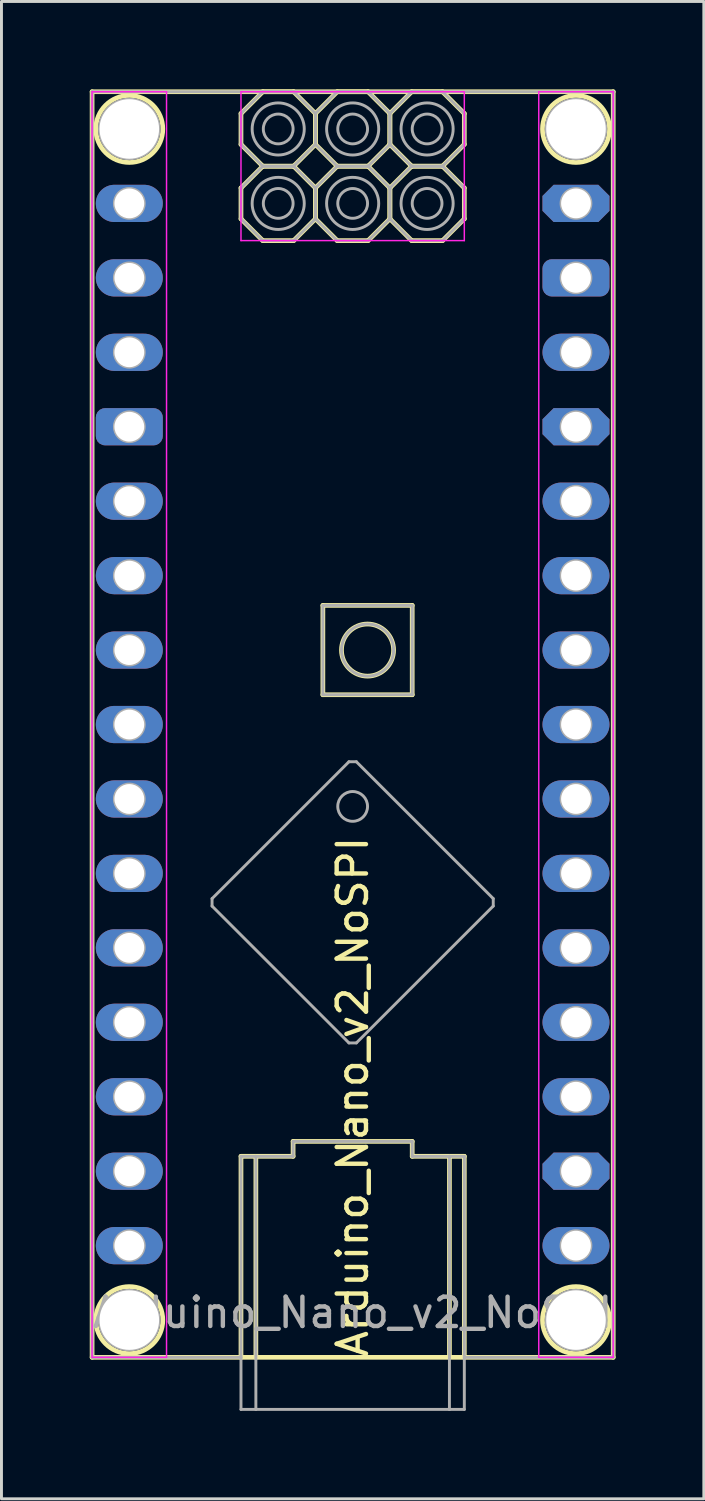
<source format=kicad_pcb>
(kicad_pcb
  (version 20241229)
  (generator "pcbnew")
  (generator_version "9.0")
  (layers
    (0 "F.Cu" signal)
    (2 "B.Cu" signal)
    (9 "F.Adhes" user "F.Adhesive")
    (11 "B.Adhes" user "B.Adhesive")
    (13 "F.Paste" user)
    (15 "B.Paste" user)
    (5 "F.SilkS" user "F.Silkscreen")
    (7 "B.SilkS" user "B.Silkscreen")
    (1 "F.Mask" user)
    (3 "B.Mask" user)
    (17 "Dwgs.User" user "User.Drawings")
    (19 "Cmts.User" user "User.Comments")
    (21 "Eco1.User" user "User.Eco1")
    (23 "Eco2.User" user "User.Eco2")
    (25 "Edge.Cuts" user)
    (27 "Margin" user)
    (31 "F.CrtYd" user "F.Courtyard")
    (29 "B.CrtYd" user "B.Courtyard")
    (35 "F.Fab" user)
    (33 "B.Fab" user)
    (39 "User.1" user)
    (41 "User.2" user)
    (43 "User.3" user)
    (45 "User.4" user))
  (footprint "Arduino_Nano_v2_NoSPI"
    (layer "F.Cu")
    (at 8.982 1.35)
    (property "Reference" "Arduino_Nano_v2_NoSPI" (at 0 33.02 270) (layer "F.SilkS") (effects (font (size 1 1) (thickness 0.15))))
    (attr through_hole)
    (fp_line (start -8.89 -1.27) (end -8.89 41.91) (stroke (width 0.16) (type solid)) (layer "F.SilkS"))
    (fp_line (start -8.89 41.91) (end -3.81 41.91) (stroke (width 0.16) (type solid)) (layer "F.SilkS"))
    (fp_line (start -3.81 -0.526) (end -3.81 0.526) (stroke (width 0.16) (type solid)) (layer "F.SilkS"))
    (fp_line (start -3.81 0.526) (end -3.066 1.27) (stroke (width 0.16) (type solid)) (layer "F.SilkS"))
    (fp_line (start -3.81 2.014) (end -3.81 3.066) (stroke (width 0.16) (type solid)) (layer "F.SilkS"))
    (fp_line (start -3.81 3.066) (end -3.066 3.81) (stroke (width 0.16) (type solid)) (layer "F.SilkS"))
    (fp_line (start -3.81 35.052) (end -3.81 41.91) (stroke (width 0.16) (type solid)) (layer "F.SilkS"))
    (fp_line (start -3.302 35.052) (end -3.81 35.052) (stroke (width 0.16) (type solid)) (layer "F.SilkS"))
    (fp_line (start -3.302 35.052) (end -3.302 41.91) (stroke (width 0.16) (type solid)) (layer "F.SilkS"))
    (fp_line (start -3.302 35.052) (end -2.032 35.052) (stroke (width 0.16) (type solid)) (layer "F.SilkS"))
    (fp_line (start -3.302 41.91) (end -3.81 41.91) (stroke (width 0.16) (type solid)) (layer "F.SilkS"))
    (fp_line (start -3.066 -1.27) (end -3.81 -0.526) (stroke (width 0.16) (type solid)) (layer "F.SilkS"))
    (fp_line (start -3.066 1.27) (end -3.81 2.014) (stroke (width 0.16) (type solid)) (layer "F.SilkS"))
    (fp_line (start -3.066 1.27) (end -2.014 1.27) (stroke (width 0.16) (type solid)) (layer "F.SilkS"))
    (fp_line (start -3.066 3.81) (end -2.014 3.81) (stroke (width 0.16) (type solid)) (layer "F.SilkS"))
    (fp_line (start -2.032 34.544) (end -2.032 35.052) (stroke (width 0.16) (type solid)) (layer "F.SilkS"))
    (fp_line (start -2.032 34.544) (end 2.032 34.544) (stroke (width 0.16) (type solid)) (layer "F.SilkS"))
    (fp_line (start -2.014 -1.27) (end -3.066 -1.27) (stroke (width 0.16) (type solid)) (layer "F.SilkS"))
    (fp_line (start -2.014 1.27) (end -3.066 1.27) (stroke (width 0.16) (type solid)) (layer "F.SilkS"))
    (fp_line (start -2.014 1.27) (end -1.27 0.526) (stroke (width 0.16) (type solid)) (layer "F.SilkS"))
    (fp_line (start -2.014 3.81) (end -1.27 3.066) (stroke (width 0.16) (type solid)) (layer "F.SilkS"))
    (fp_line (start -1.27 -0.526) (end -2.014 -1.27) (stroke (width 0.16) (type solid)) (layer "F.SilkS"))
    (fp_line (start -1.27 -0.526) (end -1.27 0.526) (stroke (width 0.16) (type solid)) (layer "F.SilkS"))
    (fp_line (start -1.27 0.526) (end -1.27 -0.526) (stroke (width 0.16) (type solid)) (layer "F.SilkS"))
    (fp_line (start -1.27 0.526) (end -0.526 1.27) (stroke (width 0.16) (type solid)) (layer "F.SilkS"))
    (fp_line (start -1.27 2.014) (end -2.014 1.27) (stroke (width 0.16) (type solid)) (layer "F.SilkS"))
    (fp_line (start -1.27 2.014) (end -1.27 3.066) (stroke (width 0.16) (type solid)) (layer "F.SilkS"))
    (fp_line (start -1.27 3.066) (end -1.27 2.014) (stroke (width 0.16) (type solid)) (layer "F.SilkS"))
    (fp_line (start -1.27 3.066) (end -0.526 3.81) (stroke (width 0.16) (type solid)) (layer "F.SilkS"))
    (fp_line (start -1.016 16.256) (end -1.016 19.304) (stroke (width 0.16) (type solid)) (layer "F.SilkS"))
    (fp_line (start -1.016 19.304) (end 2.032 19.304) (stroke (width 0.16) (type solid)) (layer "F.SilkS"))
    (fp_line (start -0.526 -1.27) (end -1.27 -0.526) (stroke (width 0.16) (type solid)) (layer "F.SilkS"))
    (fp_line (start -0.526 1.27) (end -1.27 2.014) (stroke (width 0.16) (type solid)) (layer "F.SilkS"))
    (fp_line (start -0.526 1.27) (end 0.526 1.27) (stroke (width 0.16) (type solid)) (layer "F.SilkS"))
    (fp_line (start -0.526 3.81) (end 0.526 3.81) (stroke (width 0.16) (type solid)) (layer "F.SilkS"))
    (fp_line (start 0.526 -1.27) (end -0.526 -1.27) (stroke (width 0.16) (type solid)) (layer "F.SilkS"))
    (fp_line (start 0.526 1.27) (end -0.526 1.27) (stroke (width 0.16) (type solid)) (layer "F.SilkS"))
    (fp_line (start 0.526 1.27) (end 1.27 0.526) (stroke (width 0.16) (type solid)) (layer "F.SilkS"))
    (fp_line (start 0.526 3.81) (end 1.27 3.066) (stroke (width 0.16) (type solid)) (layer "F.SilkS"))
    (fp_line (start 1.27 -0.526) (end 0.526 -1.27) (stroke (width 0.16) (type solid)) (layer "F.SilkS"))
    (fp_line (start 1.27 -0.526) (end 1.27 0.526) (stroke (width 0.16) (type solid)) (layer "F.SilkS"))
    (fp_line (start 1.27 0.526) (end 1.27 -0.526) (stroke (width 0.16) (type solid)) (layer "F.SilkS"))
    (fp_line (start 1.27 0.526) (end 2.014 1.27) (stroke (width 0.16) (type solid)) (layer "F.SilkS"))
    (fp_line (start 1.27 2.014) (end 0.526 1.27) (stroke (width 0.16) (type solid)) (layer "F.SilkS"))
    (fp_line (start 1.27 2.014) (end 1.27 3.066) (stroke (width 0.16) (type solid)) (layer "F.SilkS"))
    (fp_line (start 1.27 3.066) (end 1.27 2.014) (stroke (width 0.16) (type solid)) (layer "F.SilkS"))
    (fp_line (start 1.27 3.066) (end 2.014 3.81) (stroke (width 0.16) (type solid)) (layer "F.SilkS"))
    (fp_line (start 2.014 -1.27) (end 1.27 -0.526) (stroke (width 0.16) (type solid)) (layer "F.SilkS"))
    (fp_line (start 2.014 1.27) (end 1.27 2.014) (stroke (width 0.16) (type solid)) (layer "F.SilkS"))
    (fp_line (start 2.014 1.27) (end 3.066 1.27) (stroke (width 0.16) (type solid)) (layer "F.SilkS"))
    (fp_line (start 2.014 3.81) (end 3.066 3.81) (stroke (width 0.16) (type solid)) (layer "F.SilkS"))
    (fp_line (start 2.032 16.256) (end -1.016 16.256) (stroke (width 0.16) (type solid)) (layer "F.SilkS"))
    (fp_line (start 2.032 19.304) (end 2.032 16.256) (stroke (width 0.16) (type solid)) (layer "F.SilkS"))
    (fp_line (start 2.032 34.544) (end 2.032 35.052) (stroke (width 0.16) (type solid)) (layer "F.SilkS"))
    (fp_line (start 3.066 -1.27) (end 2.014 -1.27) (stroke (width 0.16) (type solid)) (layer "F.SilkS"))
    (fp_line (start 3.066 1.27) (end 2.014 1.27) (stroke (width 0.16) (type solid)) (layer "F.SilkS"))
    (fp_line (start 3.066 1.27) (end 3.81 0.526) (stroke (width 0.16) (type solid)) (layer "F.SilkS"))
    (fp_line (start 3.066 3.81) (end 3.81 3.066) (stroke (width 0.16) (type solid)) (layer "F.SilkS"))
    (fp_line (start 3.302 35.052) (end 2.032 35.052) (stroke (width 0.16) (type solid)) (layer "F.SilkS"))
    (fp_line (start 3.302 35.052) (end 3.302 41.91) (stroke (width 0.16) (type solid)) (layer "F.SilkS"))
    (fp_line (start 3.302 35.052) (end 3.81 35.052) (stroke (width 0.16) (type solid)) (layer "F.SilkS"))
    (fp_line (start 3.302 41.91) (end -3.302 41.91) (stroke (width 0.16) (type solid)) (layer "F.SilkS"))
    (fp_line (start 3.81 -0.526) (end 3.066 -1.27) (stroke (width 0.16) (type solid)) (layer "F.SilkS"))
    (fp_line (start 3.81 0.526) (end 3.81 -0.526) (stroke (width 0.16) (type solid)) (layer "F.SilkS"))
    (fp_line (start 3.81 2.014) (end 3.066 1.27) (stroke (width 0.16) (type solid)) (layer "F.SilkS"))
    (fp_line (start 3.81 3.066) (end 3.81 2.014) (stroke (width 0.16) (type solid)) (layer "F.SilkS"))
    (fp_line (start 3.81 35.052) (end 3.81 41.91) (stroke (width 0.16) (type solid)) (layer "F.SilkS"))
    (fp_line (start 3.81 41.91) (end 3.302 41.91) (stroke (width 0.16) (type solid)) (layer "F.SilkS"))
    (fp_line (start 3.81 41.91) (end 8.89 41.91) (stroke (width 0.16) (type solid)) (layer "F.SilkS"))
    (fp_line (start 8.89 -1.27) (end -8.89 -1.27) (stroke (width 0.16) (type solid)) (layer "F.SilkS"))
    (fp_line (start 8.89 41.91) (end 8.89 -1.27) (stroke (width 0.16) (type solid)) (layer "F.SilkS"))
    (fp_circle (center -7.62 0) (end -8.763 0) (stroke (width 0.16) (type solid)) (fill no) (layer "F.SilkS"))
    (fp_circle (center -7.62 40.64) (end -8.763 40.64) (stroke (width 0.16) (type solid)) (fill no) (layer "F.SilkS"))
    (fp_circle (center 0.508 17.78) (end -0.381 17.78) (stroke (width 0.16) (type solid)) (fill no) (layer "F.SilkS"))
    (fp_circle (center 7.62 0) (end 6.477 0) (stroke (width 0.16) (type solid)) (fill no) (layer "F.SilkS"))
    (fp_circle (center 7.62 40.64) (end 6.477 40.64) (stroke (width 0.16) (type solid)) (fill no) (layer "F.SilkS"))
    (fp_line (start -8.89 -1.27) (end -8.89 41.91) (stroke (width 0.05) (type solid)) (layer "F.CrtYd"))
    (fp_line (start -8.89 41.91) (end -6.35 41.91) (stroke (width 0.05) (type solid)) (layer "F.CrtYd"))
    (fp_line (start -6.35 -1.27) (end -8.89 -1.27) (stroke (width 0.05) (type default)) (layer "F.CrtYd"))
    (fp_line (start -6.35 -1.27) (end -6.35 41.91) (stroke (width 0.05) (type default)) (layer "F.CrtYd"))
    (fp_line (start -3.81 3.81) (end -3.81 -1.27) (stroke (width 0.05) (type default)) (layer "F.CrtYd"))
    (fp_line (start 3.81 -1.27) (end -3.81 -1.27) (stroke (width 0.05) (type solid)) (layer "F.CrtYd"))
    (fp_line (start 3.81 -1.27) (end 3.81 3.81) (stroke (width 0.05) (type default)) (layer "F.CrtYd"))
    (fp_line (start 3.81 3.81) (end -3.81 3.81) (stroke (width 0.05) (type default)) (layer "F.CrtYd"))
    (fp_line (start 6.35 -1.27) (end 8.89 -1.27) (stroke (width 0.05) (type default)) (layer "F.CrtYd"))
    (fp_line (start 6.35 41.91) (end 6.35 -1.27) (stroke (width 0.05) (type default)) (layer "F.CrtYd"))
    (fp_line (start 6.35 41.91) (end 8.89 41.91) (stroke (width 0.05) (type solid)) (layer "F.CrtYd"))
    (fp_line (start 8.89 41.91) (end 8.89 -1.27) (stroke (width 0.05) (type solid)) (layer "F.CrtYd"))
    (fp_line (start -8.89 -1.27) (end -8.89 41.91) (stroke (width 0.1) (type solid)) (layer "F.Fab"))
    (fp_line (start -8.89 41.91) (end -3.81 41.91) (stroke (width 0.1) (type solid)) (layer "F.Fab"))
    (fp_line (start -4.797 26.26) (end -0.127 21.59) (stroke (width 0.1) (type solid)) (layer "F.Fab"))
    (fp_line (start -4.797 26.514) (end -4.797 26.26) (stroke (width 0.1) (type solid)) (layer "F.Fab"))
    (fp_line (start -3.81 -0.526) (end -3.81 0.526) (stroke (width 0.1) (type solid)) (layer "F.Fab"))
    (fp_line (start -3.81 0.526) (end -3.066 1.27) (stroke (width 0.1) (type solid)) (layer "F.Fab"))
    (fp_line (start -3.81 2.014) (end -3.81 3.066) (stroke (width 0.1) (type solid)) (layer "F.Fab"))
    (fp_line (start -3.81 3.066) (end -3.066 3.81) (stroke (width 0.1) (type solid)) (layer "F.Fab"))
    (fp_line (start -3.81 35.052) (end -3.81 43.688) (stroke (width 0.1) (type solid)) (layer "F.Fab"))
    (fp_line (start -3.302 35.052) (end -3.81 35.052) (stroke (width 0.1) (type solid)) (layer "F.Fab"))
    (fp_line (start -3.302 35.052) (end -3.302 43.688) (stroke (width 0.1) (type solid)) (layer "F.Fab"))
    (fp_line (start -3.302 35.052) (end -2.032 35.052) (stroke (width 0.1) (type solid)) (layer "F.Fab"))
    (fp_line (start -3.302 43.688) (end -3.81 43.688) (stroke (width 0.1) (type solid)) (layer "F.Fab"))
    (fp_line (start -3.066 -1.27) (end -3.81 -0.526) (stroke (width 0.1) (type solid)) (layer "F.Fab"))
    (fp_line (start -3.066 1.27) (end -3.81 2.014) (stroke (width 0.1) (type solid)) (layer "F.Fab"))
    (fp_line (start -3.066 1.27) (end -2.014 1.27) (stroke (width 0.1) (type solid)) (layer "F.Fab"))
    (fp_line (start -3.066 3.81) (end -2.014 3.81) (stroke (width 0.1) (type solid)) (layer "F.Fab"))
    (fp_line (start -2.032 34.544) (end -2.032 35.052) (stroke (width 0.1) (type solid)) (layer "F.Fab"))
    (fp_line (start -2.032 34.544) (end 2.032 34.544) (stroke (width 0.1) (type solid)) (layer "F.Fab"))
    (fp_line (start -2.014 -1.27) (end -3.066 -1.27) (stroke (width 0.1) (type solid)) (layer "F.Fab"))
    (fp_line (start -2.014 1.27) (end -3.066 1.27) (stroke (width 0.1) (type solid)) (layer "F.Fab"))
    (fp_line (start -2.014 1.27) (end -1.27 0.526) (stroke (width 0.1) (type solid)) (layer "F.Fab"))
    (fp_line (start -2.014 3.81) (end -1.27 3.066) (stroke (width 0.1) (type solid)) (layer "F.Fab"))
    (fp_line (start -1.27 -0.526) (end -2.014 -1.27) (stroke (width 0.1) (type solid)) (layer "F.Fab"))
    (fp_line (start -1.27 -0.526) (end -1.27 0.526) (stroke (width 0.1) (type solid)) (layer "F.Fab"))
    (fp_line (start -1.27 0.526) (end -1.27 -0.526) (stroke (width 0.1) (type solid)) (layer "F.Fab"))
    (fp_line (start -1.27 0.526) (end -0.526 1.27) (stroke (width 0.1) (type solid)) (layer "F.Fab"))
    (fp_line (start -1.27 2.014) (end -2.014 1.27) (stroke (width 0.1) (type solid)) (layer "F.Fab"))
    (fp_line (start -1.27 2.014) (end -1.27 3.066) (stroke (width 0.1) (type solid)) (layer "F.Fab"))
    (fp_line (start -1.27 3.066) (end -1.27 2.014) (stroke (width 0.1) (type solid)) (layer "F.Fab"))
    (fp_line (start -1.27 3.066) (end -0.526 3.81) (stroke (width 0.1) (type solid)) (layer "F.Fab"))
    (fp_line (start -1.016 16.256) (end -1.016 19.304) (stroke (width 0.1) (type solid)) (layer "F.Fab"))
    (fp_line (start -1.016 19.304) (end 2.032 19.304) (stroke (width 0.1) (type solid)) (layer "F.Fab"))
    (fp_line (start -0.526 -1.27) (end -1.27 -0.526) (stroke (width 0.1) (type solid)) (layer "F.Fab"))
    (fp_line (start -0.526 1.27) (end -1.27 2.014) (stroke (width 0.1) (type solid)) (layer "F.Fab"))
    (fp_line (start -0.526 1.27) (end 0.526 1.27) (stroke (width 0.1) (type solid)) (layer "F.Fab"))
    (fp_line (start -0.526 3.81) (end 0.526 3.81) (stroke (width 0.1) (type solid)) (layer "F.Fab"))
    (fp_line (start -0.127 21.59) (end 0.127 21.59) (stroke (width 0.1) (type solid)) (layer "F.Fab"))
    (fp_line (start -0.127 31.183) (end -4.797 26.514) (stroke (width 0.1) (type solid)) (layer "F.Fab"))
    (fp_line (start 0.127 21.59) (end 4.797 26.26) (stroke (width 0.1) (type solid)) (layer "F.Fab"))
    (fp_line (start 0.127 31.183) (end -0.127 31.183) (stroke (width 0.1) (type solid)) (layer "F.Fab"))
    (fp_line (start 0.526 -1.27) (end -0.526 -1.27) (stroke (width 0.1) (type solid)) (layer "F.Fab"))
    (fp_line (start 0.526 1.27) (end -0.526 1.27) (stroke (width 0.1) (type solid)) (layer "F.Fab"))
    (fp_line (start 0.526 1.27) (end 1.27 0.526) (stroke (width 0.1) (type solid)) (layer "F.Fab"))
    (fp_line (start 0.526 3.81) (end 1.27 3.066) (stroke (width 0.1) (type solid)) (layer "F.Fab"))
    (fp_line (start 1.27 -0.526) (end 0.526 -1.27) (stroke (width 0.1) (type solid)) (layer "F.Fab"))
    (fp_line (start 1.27 -0.526) (end 1.27 0.526) (stroke (width 0.1) (type solid)) (layer "F.Fab"))
    (fp_line (start 1.27 0.526) (end 1.27 -0.526) (stroke (width 0.1) (type solid)) (layer "F.Fab"))
    (fp_line (start 1.27 0.526) (end 2.014 1.27) (stroke (width 0.1) (type solid)) (layer "F.Fab"))
    (fp_line (start 1.27 2.014) (end 0.526 1.27) (stroke (width 0.1) (type solid)) (layer "F.Fab"))
    (fp_line (start 1.27 2.014) (end 1.27 3.066) (stroke (width 0.1) (type solid)) (layer "F.Fab"))
    (fp_line (start 1.27 3.066) (end 1.27 2.014) (stroke (width 0.1) (type solid)) (layer "F.Fab"))
    (fp_line (start 1.27 3.066) (end 2.014 3.81) (stroke (width 0.1) (type solid)) (layer "F.Fab"))
    (fp_line (start 2.014 -1.27) (end 1.27 -0.526) (stroke (width 0.1) (type solid)) (layer "F.Fab"))
    (fp_line (start 2.014 1.27) (end 1.27 2.014) (stroke (width 0.1) (type solid)) (layer "F.Fab"))
    (fp_line (start 2.014 1.27) (end 3.066 1.27) (stroke (width 0.1) (type solid)) (layer "F.Fab"))
    (fp_line (start 2.014 3.81) (end 3.066 3.81) (stroke (width 0.1) (type solid)) (layer "F.Fab"))
    (fp_line (start 2.032 16.256) (end -1.016 16.256) (stroke (width 0.1) (type solid)) (layer "F.Fab"))
    (fp_line (start 2.032 19.304) (end 2.032 16.256) (stroke (width 0.1) (type solid)) (layer "F.Fab"))
    (fp_line (start 2.032 34.544) (end 2.032 35.052) (stroke (width 0.1) (type solid)) (layer "F.Fab"))
    (fp_line (start 3.066 -1.27) (end 2.014 -1.27) (stroke (width 0.1) (type solid)) (layer "F.Fab"))
    (fp_line (start 3.066 1.27) (end 2.014 1.27) (stroke (width 0.1) (type solid)) (layer "F.Fab"))
    (fp_line (start 3.066 1.27) (end 3.81 0.526) (stroke (width 0.1) (type solid)) (layer "F.Fab"))
    (fp_line (start 3.066 3.81) (end 3.81 3.066) (stroke (width 0.1) (type solid)) (layer "F.Fab"))
    (fp_line (start 3.302 35.052) (end 2.032 35.052) (stroke (width 0.1) (type solid)) (layer "F.Fab"))
    (fp_line (start 3.302 35.052) (end 3.302 43.688) (stroke (width 0.1) (type solid)) (layer "F.Fab"))
    (fp_line (start 3.302 35.052) (end 3.81 35.052) (stroke (width 0.1) (type solid)) (layer "F.Fab"))
    (fp_line (start 3.302 43.688) (end -3.302 43.688) (stroke (width 0.1) (type solid)) (layer "F.Fab"))
    (fp_line (start 3.81 -0.526) (end 3.066 -1.27) (stroke (width 0.1) (type solid)) (layer "F.Fab"))
    (fp_line (start 3.81 0.526) (end 3.81 -0.526) (stroke (width 0.1) (type solid)) (layer "F.Fab"))
    (fp_line (start 3.81 2.014) (end 3.066 1.27) (stroke (width 0.1) (type solid)) (layer "F.Fab"))
    (fp_line (start 3.81 3.066) (end 3.81 2.014) (stroke (width 0.1) (type solid)) (layer "F.Fab"))
    (fp_line (start 3.81 35.052) (end 3.81 43.688) (stroke (width 0.1) (type solid)) (layer "F.Fab"))
    (fp_line (start 3.81 41.91) (end 8.89 41.91) (stroke (width 0.1) (type solid)) (layer "F.Fab"))
    (fp_line (start 3.81 43.688) (end 3.302 43.688) (stroke (width 0.1) (type solid)) (layer "F.Fab"))
    (fp_line (start 4.797 26.26) (end 4.797 26.514) (stroke (width 0.1) (type solid)) (layer "F.Fab"))
    (fp_line (start 4.797 26.514) (end 0.127 31.183) (stroke (width 0.1) (type solid)) (layer "F.Fab"))
    (fp_line (start 8.89 -1.27) (end -8.89 -1.27) (stroke (width 0.1) (type solid)) (layer "F.Fab"))
    (fp_line (start 8.89 41.91) (end 8.89 -1.27) (stroke (width 0.1) (type solid)) (layer "F.Fab"))
    (fp_circle (center -7.62 0) (end -8.636 0) (stroke (width 0.1) (type solid)) (fill no) (layer "F.Fab"))
    (fp_circle (center -7.62 2.54) (end -8.128 2.54) (stroke (width 0.1) (type solid)) (fill no) (layer "F.Fab"))
    (fp_circle (center -7.62 5.08) (end -8.128 5.08) (stroke (width 0.1) (type solid)) (fill no) (layer "F.Fab"))
    (fp_circle (center -7.62 7.62) (end -8.128 7.62) (stroke (width 0.1) (type solid)) (fill no) (layer "F.Fab"))
    (fp_circle (center -7.62 10.16) (end -8.128 10.16) (stroke (width 0.1) (type solid)) (fill no) (layer "F.Fab"))
    (fp_circle (center -7.62 12.7) (end -8.128 12.7) (stroke (width 0.1) (type solid)) (fill no) (layer "F.Fab"))
    (fp_circle (center -7.62 15.24) (end -8.128 15.24) (stroke (width 0.1) (type solid)) (fill no) (layer "F.Fab"))
    (fp_circle (center -7.62 17.78) (end -8.128 17.78) (stroke (width 0.1) (type solid)) (fill no) (layer "F.Fab"))
    (fp_circle (center -7.62 20.32) (end -8.128 20.32) (stroke (width 0.1) (type solid)) (fill no) (layer "F.Fab"))
    (fp_circle (center -7.62 22.86) (end -8.128 22.86) (stroke (width 0.1) (type solid)) (fill no) (layer "F.Fab"))
    (fp_circle (center -7.62 25.4) (end -8.128 25.4) (stroke (width 0.1) (type solid)) (fill no) (layer "F.Fab"))
    (fp_circle (center -7.62 27.94) (end -8.128 27.94) (stroke (width 0.1) (type solid)) (fill no) (layer "F.Fab"))
    (fp_circle (center -7.62 30.48) (end -8.128 30.48) (stroke (width 0.1) (type solid)) (fill no) (layer "F.Fab"))
    (fp_circle (center -7.62 33.02) (end -8.128 33.02) (stroke (width 0.1) (type solid)) (fill no) (layer "F.Fab"))
    (fp_circle (center -7.62 35.56) (end -8.128 35.56) (stroke (width 0.1) (type solid)) (fill no) (layer "F.Fab"))
    (fp_circle (center -7.62 38.1) (end -8.128 38.1) (stroke (width 0.1) (type solid)) (fill no) (layer "F.Fab"))
    (fp_circle (center -7.62 40.64) (end -8.636 40.64) (stroke (width 0.1) (type solid)) (fill no) (layer "F.Fab"))
    (fp_circle (center -2.54 0) (end -3.429 0) (stroke (width 0.1) (type solid)) (fill no) (layer "F.Fab"))
    (fp_circle (center -2.54 0) (end -3.048 0) (stroke (width 0.1) (type solid)) (fill no) (layer "F.Fab"))
    (fp_circle (center -2.54 2.54) (end -3.429 2.54) (stroke (width 0.1) (type solid)) (fill no) (layer "F.Fab"))
    (fp_circle (center -2.54 2.54) (end -3.048 2.54) (stroke (width 0.1) (type solid)) (fill no) (layer "F.Fab"))
    (fp_circle (center 0 0) (end -0.889 0) (stroke (width 0.1) (type solid)) (fill no) (layer "F.Fab"))
    (fp_circle (center 0 0) (end -0.508 0) (stroke (width 0.1) (type solid)) (fill no) (layer "F.Fab"))
    (fp_circle (center 0 2.54) (end -0.889 2.54) (stroke (width 0.1) (type solid)) (fill no) (layer "F.Fab"))
    (fp_circle (center 0 2.54) (end -0.508 2.54) (stroke (width 0.1) (type solid)) (fill no) (layer "F.Fab"))
    (fp_circle (center 0 23.114) (end -0.508 23.114) (stroke (width 0.1) (type solid)) (fill no) (layer "F.Fab"))
    (fp_circle (center 0.508 17.78) (end -0.381 17.78) (stroke (width 0.1) (type solid)) (fill no) (layer "F.Fab"))
    (fp_circle (center 2.54 0) (end 1.651 0) (stroke (width 0.1) (type solid)) (fill no) (layer "F.Fab"))
    (fp_circle (center 2.54 0) (end 2.032 0) (stroke (width 0.1) (type solid)) (fill no) (layer "F.Fab"))
    (fp_circle (center 2.54 2.54) (end 1.651 2.54) (stroke (width 0.1) (type solid)) (fill no) (layer "F.Fab"))
    (fp_circle (center 2.54 2.54) (end 2.032 2.54) (stroke (width 0.1) (type solid)) (fill no) (layer "F.Fab"))
    (fp_circle (center 7.62 0) (end 6.604 0) (stroke (width 0.1) (type solid)) (fill no) (layer "F.Fab"))
    (fp_circle (center 7.62 2.54) (end 7.112 2.54) (stroke (width 0.1) (type solid)) (fill no) (layer "F.Fab"))
    (fp_circle (center 7.62 5.08) (end 7.112 5.08) (stroke (width 0.1) (type solid)) (fill no) (layer "F.Fab"))
    (fp_circle (center 7.62 7.62) (end 7.112 7.62) (stroke (width 0.1) (type solid)) (fill no) (layer "F.Fab"))
    (fp_circle (center 7.62 10.16) (end 7.112 10.16) (stroke (width 0.1) (type solid)) (fill no) (layer "F.Fab"))
    (fp_circle (center 7.62 12.7) (end 7.112 12.7) (stroke (width 0.1) (type solid)) (fill no) (layer "F.Fab"))
    (fp_circle (center 7.62 15.24) (end 7.112 15.24) (stroke (width 0.1) (type solid)) (fill no) (layer "F.Fab"))
    (fp_circle (center 7.62 17.78) (end 7.112 17.78) (stroke (width 0.1) (type solid)) (fill no) (layer "F.Fab"))
    (fp_circle (center 7.62 20.32) (end 7.112 20.32) (stroke (width 0.1) (type solid)) (fill no) (layer "F.Fab"))
    (fp_circle (center 7.62 22.86) (end 7.112 22.86) (stroke (width 0.1) (type solid)) (fill no) (layer "F.Fab"))
    (fp_circle (center 7.62 25.4) (end 7.112 25.4) (stroke (width 0.1) (type solid)) (fill no) (layer "F.Fab"))
    (fp_circle (center 7.62 27.94) (end 7.112 27.94) (stroke (width 0.1) (type solid)) (fill no) (layer "F.Fab"))
    (fp_circle (center 7.62 30.48) (end 7.112 30.48) (stroke (width 0.1) (type solid)) (fill no) (layer "F.Fab"))
    (fp_circle (center 7.62 33.02) (end 7.112 33.02) (stroke (width 0.1) (type solid)) (fill no) (layer "F.Fab"))
    (fp_circle (center 7.62 35.56) (end 7.112 35.56) (stroke (width 0.1) (type solid)) (fill no) (layer "F.Fab"))
    (fp_circle (center 7.62 38.1) (end 7.112 38.1) (stroke (width 0.1) (type solid)) (fill no) (layer "F.Fab"))
    (fp_circle (center 7.62 40.64) (end 6.604 40.64) (stroke (width 0.1) (type solid)) (fill no) (layer "F.Fab"))
    (fp_text user "${REFERENCE}" (at 0 40.386 180) (layer "F.Fab") (effects (font (size 1 1) (thickness 0.15))))
    (pad "" np_thru_hole circle (at -7.62 0) (size 2.032 2.032) (drill 2.032) (layers "*.Cu" "*.Mask"))
    (pad "" np_thru_hole circle (at -7.62 40.64) (size 2.032 2.032) (drill 2.032) (layers "*.Cu" "*.Mask"))
    (pad "" np_thru_hole circle (at 7.62 0) (size 2.032 2.032) (drill 2.032) (layers "*.Cu" "*.Mask"))
    (pad "" np_thru_hole circle (at 7.62 40.64) (size 2.032 2.032) (drill 2.032) (layers "*.Cu" "*.Mask"))
    (pad "3V3" thru_hole roundrect (at 7.62 35.56) (size 2.286 1.27) (drill 1.016) (layers "*.Cu" "*.Mask") (roundrect_rratio 0) (chamfer_ratio 0.3) (chamfer top_left top_right bottom_left bottom_right))
    (pad "5V" thru_hole roundrect (at 7.62 10.16) (size 2.286 1.27) (drill 1.016) (layers "*.Cu" "*.Mask") (roundrect_rratio 0) (chamfer_ratio 0.3) (chamfer top_left top_right bottom_left bottom_right))
    (pad "A0" thru_hole oval (at 7.62 30.48) (size 2.286 1.27) (drill 1.016) (layers "*.Cu" "*.Mask"))
    (pad "A1" thru_hole oval (at 7.62 27.94) (size 2.286 1.27) (drill 1.016) (layers "*.Cu" "*.Mask"))
    (pad "A2" thru_hole oval (at 7.62 25.4) (size 2.286 1.27) (drill 1.016) (layers "*.Cu" "*.Mask"))
    (pad "A3" thru_hole oval (at 7.62 22.86) (size 2.286 1.27) (drill 1.016) (layers "*.Cu" "*.Mask"))
    (pad "A4" thru_hole oval (at 7.62 20.32) (size 2.286 1.27) (drill 1.016) (layers "*.Cu" "*.Mask"))
    (pad "A5" thru_hole oval (at 7.62 17.78) (size 2.286 1.27) (drill 1.016) (layers "*.Cu" "*.Mask"))
    (pad "A6" thru_hole oval (at 7.62 15.24) (size 2.286 1.27) (drill 1.016) (layers "*.Cu" "*.Mask"))
    (pad "A7" thru_hole oval (at 7.62 12.7) (size 2.286 1.27) (drill 1.016) (layers "*.Cu" "*.Mask"))
    (pad "AREF" thru_hole oval (at 7.62 33.02) (size 2.286 1.27) (drill 1.016) (layers "*.Cu" "*.Mask"))
    (pad "D0" thru_hole oval (at -7.62 5.08) (size 2.286 1.27) (drill 1.016) (layers "*.Cu" "*.Mask"))
    (pad "D1" thru_hole oval (at -7.62 2.54) (size 2.286 1.27) (drill 1.016) (layers "*.Cu" "*.Mask"))
    (pad "D2" thru_hole oval (at -7.62 12.7) (size 2.286 1.27) (drill 1.016) (layers "*.Cu" "*.Mask"))
    (pad "D3" thru_hole oval (at -7.62 15.24) (size 2.286 1.27) (drill 1.016) (layers "*.Cu" "*.Mask"))
    (pad "D4" thru_hole oval (at -7.62 17.78) (size 2.286 1.27) (drill 1.016) (layers "*.Cu" "*.Mask"))
    (pad "D5" thru_hole oval (at -7.62 20.32) (size 2.286 1.27) (drill 1.016) (layers "*.Cu" "*.Mask"))
    (pad "D6" thru_hole oval (at -7.62 22.86) (size 2.286 1.27) (drill 1.016) (layers "*.Cu" "*.Mask"))
    (pad "D7" thru_hole oval (at -7.62 25.4) (size 2.286 1.27) (drill 1.016) (layers "*.Cu" "*.Mask"))
    (pad "D8" thru_hole oval (at -7.62 27.94) (size 2.286 1.27) (drill 1.016) (layers "*.Cu" "*.Mask"))
    (pad "D9" thru_hole oval (at -7.62 30.48) (size 2.286 1.27) (drill 1.016) (layers "*.Cu" "*.Mask"))
    (pad "D10" thru_hole oval (at -7.62 33.02) (size 2.286 1.27) (drill 1.016) (layers "*.Cu" "*.Mask"))
    (pad "D11" thru_hole oval (at -7.62 35.56) (size 2.286 1.27) (drill 1.016) (layers "*.Cu" "*.Mask"))
    (pad "D12" thru_hole oval (at -7.62 38.1) (size 2.286 1.27) (drill 1.016) (layers "*.Cu" "*.Mask"))
    (pad "D13" thru_hole oval (at 7.62 38.1) (size 2.286 1.27) (drill 1.016) (layers "*.Cu" "*.Mask"))
    (pad "GND1" thru_hole roundrect (at -7.62 10.16) (size 2.286 1.27) (drill 1.016) (layers "*.Cu" "*.Mask") (roundrect_rratio 0.25))
    (pad "GND2" thru_hole roundrect (at 7.62 5.08) (size 2.286 1.27) (drill 1.016) (layers "*.Cu" "*.Mask") (roundrect_rratio 0.25))
    (pad "RST1" thru_hole oval (at -7.62 7.62) (size 2.286 1.27) (drill 1.016) (layers "*.Cu" "*.Mask"))
    (pad "RST2" thru_hole oval (at 7.62 7.62) (size 2.286 1.27) (drill 1.016) (layers "*.Cu" "*.Mask"))
    (pad "VIN" thru_hole roundrect (at 7.62 2.54) (size 2.286 1.27) (drill 1.016) (layers "*.Cu" "*.Mask") (roundrect_rratio 0.35) (chamfer_ratio 0.3) (chamfer top_left top_right bottom_left bottom_right)))
  (gr_rect
    (start -3 -3)
    (end 20.964 48.088)
    (stroke (width 0.1) (type default))
    (fill no)
    (layer "Edge.Cuts")))
</source>
